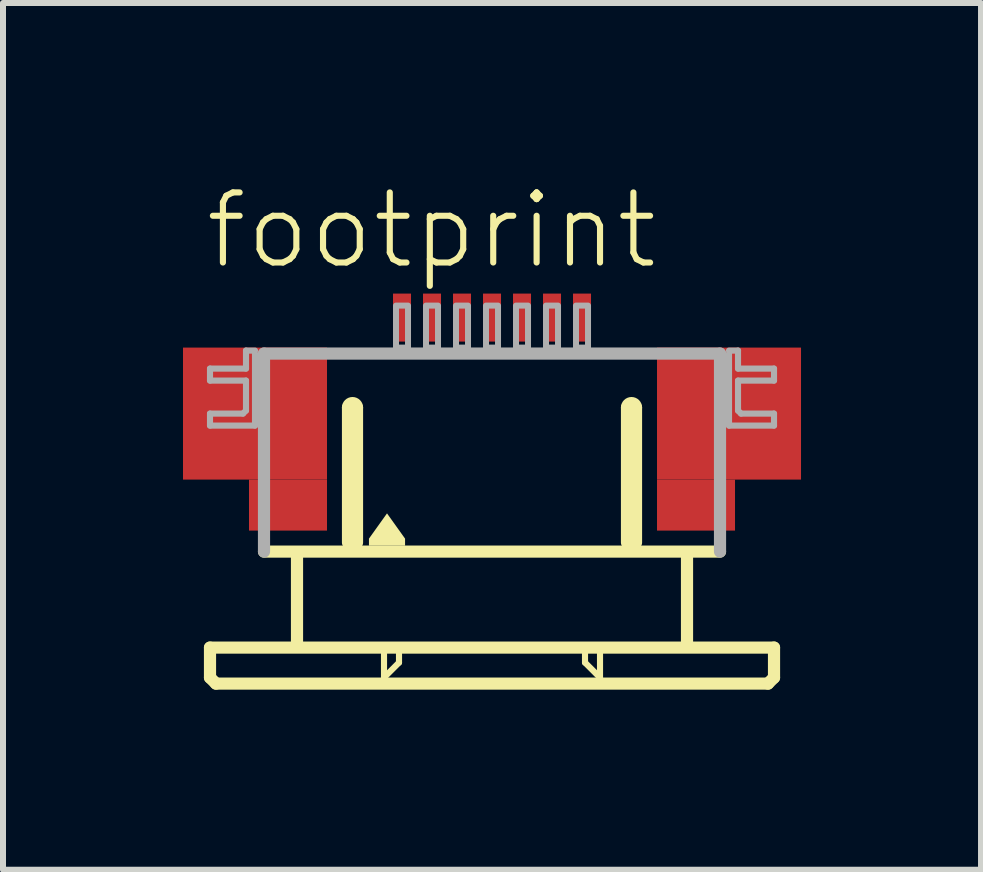
<source format=kicad_pcb>
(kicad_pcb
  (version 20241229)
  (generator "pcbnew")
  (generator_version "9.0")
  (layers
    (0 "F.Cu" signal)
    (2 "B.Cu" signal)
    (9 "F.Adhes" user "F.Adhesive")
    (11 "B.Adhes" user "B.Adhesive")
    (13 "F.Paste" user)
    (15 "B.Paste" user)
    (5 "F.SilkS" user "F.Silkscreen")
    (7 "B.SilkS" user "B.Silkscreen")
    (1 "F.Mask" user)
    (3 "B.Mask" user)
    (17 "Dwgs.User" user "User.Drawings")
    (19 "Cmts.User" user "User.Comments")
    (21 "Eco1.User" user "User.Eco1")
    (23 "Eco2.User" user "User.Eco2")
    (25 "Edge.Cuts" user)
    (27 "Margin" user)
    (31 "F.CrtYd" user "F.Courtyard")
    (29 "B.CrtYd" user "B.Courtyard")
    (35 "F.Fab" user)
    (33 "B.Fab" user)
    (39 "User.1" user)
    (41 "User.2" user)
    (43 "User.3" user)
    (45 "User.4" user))
  (footprint "footprint"
    (layer "F.Cu")
    (at 5.15 4.743)
    (property "Reference" "footprint" (at -4.83 -3.27 0) (layer "F.SilkS") (effects (font (size 1.168 1.168) (thickness 0.102)) (justify left bottom)))
    (fp_poly (pts (xy -5.15 0.2) (xy -2.75 0.2) (xy -2.75 -2) (xy -5.15 -2)) (stroke (width 0) (type solid)) (fill yes) (layer "F.Cu"))
    (fp_poly (pts (xy -4.05 1.05) (xy -2.75 1.05) (xy -2.75 0.2) (xy -4.05 0.2)) (stroke (width 0) (type solid)) (fill yes) (layer "F.Cu"))
    (fp_poly (pts (xy 2.75 0.2) (xy 5.15 0.2) (xy 5.15 -2) (xy 2.75 -2)) (stroke (width 0) (type solid)) (fill yes) (layer "F.Cu"))
    (fp_poly (pts (xy 2.75 1.05) (xy 4.05 1.05) (xy 4.05 0.2) (xy 2.75 0.2)) (stroke (width 0) (type solid)) (fill yes) (layer "F.Cu"))
    (fp_poly (pts (xy -5.15 0.2) (xy -4 0.2) (xy -4 -2) (xy -5.15 -2)) (stroke (width 0) (type solid)) (fill yes) (layer "F.Mask"))
    (fp_poly (pts (xy -4.05 1.05) (xy -2.75 1.05) (xy -2.75 -2) (xy -4.05 -2)) (stroke (width 0) (type solid)) (fill yes) (layer "F.Mask"))
    (fp_poly (pts (xy 4.05 -2) (xy 2.75 -2) (xy 2.75 1.05) (xy 4.05 1.05)) (stroke (width 0) (type solid)) (fill yes) (layer "F.Mask"))
    (fp_poly (pts (xy 5.15 -2) (xy 4 -2) (xy 4 0.2) (xy 5.15 0.2)) (stroke (width 0) (type solid)) (fill yes) (layer "F.Mask"))
    (fp_line (start -4.7 3) (end -4.7 3.5) (stroke (width 0.203) (type solid)) (layer "F.SilkS"))
    (fp_line (start -4.7 3.5) (end -4.6 3.6) (stroke (width 0.203) (type solid)) (layer "F.SilkS"))
    (fp_line (start -4.6 3.6) (end 4.6 3.6) (stroke (width 0.203) (type solid)) (layer "F.SilkS"))
    (fp_line (start -3.25 1.5) (end -3.25 2.9) (stroke (width 0.203) (type solid)) (layer "F.SilkS"))
    (fp_line (start -2.4 1.25) (end -2.4 -1) (stroke (width 0.203) (type solid)) (layer "F.SilkS"))
    (fp_line (start -2.25 -1) (end -2.25 1.25) (stroke (width 0.203) (type solid)) (layer "F.SilkS"))
    (fp_line (start -1.8 3.1) (end -1.8 3.5) (stroke (width 0.102) (type solid)) (layer "F.SilkS"))
    (fp_line (start -1.8 3.5) (end -1.55 3.25) (stroke (width 0.102) (type solid)) (layer "F.SilkS"))
    (fp_line (start -1.55 3.25) (end -1.55 3.1) (stroke (width 0.102) (type solid)) (layer "F.SilkS"))
    (fp_line (start 1.55 3.1) (end 1.55 3.25) (stroke (width 0.102) (type solid)) (layer "F.SilkS"))
    (fp_line (start 1.55 3.25) (end 1.8 3.5) (stroke (width 0.102) (type solid)) (layer "F.SilkS"))
    (fp_line (start 1.8 3.5) (end 1.8 3.1) (stroke (width 0.102) (type solid)) (layer "F.SilkS"))
    (fp_line (start 2.25 1.25) (end 2.25 -1) (stroke (width 0.203) (type solid)) (layer "F.SilkS"))
    (fp_line (start 2.4 -1) (end 2.4 1.25) (stroke (width 0.203) (type solid)) (layer "F.SilkS"))
    (fp_line (start 3.25 1.5) (end 3.25 2.9) (stroke (width 0.203) (type solid)) (layer "F.SilkS"))
    (fp_line (start 3.8 1.4) (end -3.8 1.4) (stroke (width 0.203) (type solid)) (layer "F.SilkS"))
    (fp_line (start 4.6 3.6) (end 4.7 3.5) (stroke (width 0.203) (type solid)) (layer "F.SilkS"))
    (fp_line (start 4.7 3) (end -4.7 3) (stroke (width 0.203) (type solid)) (layer "F.SilkS"))
    (fp_line (start 4.7 3.5) (end 4.7 3) (stroke (width 0.203) (type solid)) (layer "F.SilkS"))
    (fp_arc (start -2.4 -1) (mid -2.325 -1.075) (end -2.25 -1) (stroke (width 0.2032) (type solid)) (layer "F.SilkS"))
    (fp_arc (start 2.25 -1) (mid 2.325 -1.075) (end 2.4 -1) (stroke (width 0.2032) (type solid)) (layer "F.SilkS"))
    (fp_poly (pts (xy -1.449 1.184) (xy -1.449 1.301) (xy -2.051 1.301) (xy -2.051 1.184) (xy -1.75 0.763)) (stroke (width 0) (type solid)) (fill yes) (layer "F.SilkS"))
    (fp_poly (pts (xy -4.95 0.05) (xy -2.95 0.05) (xy -2.95 -1.85) (xy -4.95 -1.85)) (stroke (width 0) (type solid)) (fill yes) (layer "F.Paste"))
    (fp_poly (pts (xy 4.95 -1.85) (xy 2.95 -1.85) (xy 2.95 0.05) (xy 4.95 0.05)) (stroke (width 0) (type solid)) (fill yes) (layer "F.Paste"))
    (fp_line (start -4.7 -1.65) (end -4.7 -1.45) (stroke (width 0.102) (type solid)) (layer "F.Fab"))
    (fp_line (start -4.7 -1.45) (end -4.1 -1.45) (stroke (width 0.102) (type solid)) (layer "F.Fab"))
    (fp_line (start -4.7 -0.9) (end -4.7 -0.7) (stroke (width 0.102) (type solid)) (layer "F.Fab"))
    (fp_line (start -4.7 -0.7) (end -3.95 -0.7) (stroke (width 0.102) (type solid)) (layer "F.Fab"))
    (fp_line (start -4.15 -0.9) (end -4.7 -0.9) (stroke (width 0.102) (type solid)) (layer "F.Fab"))
    (fp_line (start -4.1 -1.95) (end -4.1 -1.65) (stroke (width 0.102) (type solid)) (layer "F.Fab"))
    (fp_line (start -4.1 -1.65) (end -4.7 -1.65) (stroke (width 0.102) (type solid)) (layer "F.Fab"))
    (fp_line (start -4.1 -1.45) (end -4.1 -0.95) (stroke (width 0.102) (type solid)) (layer "F.Fab"))
    (fp_line (start -4.1 -0.95) (end -4.15 -0.9) (stroke (width 0.102) (type solid)) (layer "F.Fab"))
    (fp_line (start -3.95 -1.95) (end -4.1 -1.95) (stroke (width 0.102) (type solid)) (layer "F.Fab"))
    (fp_line (start -3.95 -0.7) (end -3.95 -1.9) (stroke (width 0.102) (type solid)) (layer "F.Fab"))
    (fp_line (start -3.8 -1.9) (end 3.8 -1.9) (stroke (width 0.203) (type solid)) (layer "F.Fab"))
    (fp_line (start -3.8 1.4) (end -3.8 -1.9) (stroke (width 0.203) (type solid)) (layer "F.Fab"))
    (fp_line (start 3.8 -1.9) (end 3.8 1.4) (stroke (width 0.203) (type solid)) (layer "F.Fab"))
    (fp_line (start 3.95 -1.95) (end 4.1 -1.95) (stroke (width 0.102) (type solid)) (layer "F.Fab"))
    (fp_line (start 3.95 -0.7) (end 3.95 -1.9) (stroke (width 0.102) (type solid)) (layer "F.Fab"))
    (fp_line (start 4.1 -1.95) (end 4.1 -1.65) (stroke (width 0.102) (type solid)) (layer "F.Fab"))
    (fp_line (start 4.1 -1.65) (end 4.7 -1.65) (stroke (width 0.102) (type solid)) (layer "F.Fab"))
    (fp_line (start 4.1 -1.45) (end 4.1 -0.95) (stroke (width 0.102) (type solid)) (layer "F.Fab"))
    (fp_line (start 4.1 -0.95) (end 4.15 -0.9) (stroke (width 0.102) (type solid)) (layer "F.Fab"))
    (fp_line (start 4.15 -0.9) (end 4.7 -0.9) (stroke (width 0.102) (type solid)) (layer "F.Fab"))
    (fp_line (start 4.7 -1.65) (end 4.7 -1.45) (stroke (width 0.102) (type solid)) (layer "F.Fab"))
    (fp_line (start 4.7 -1.45) (end 4.1 -1.45) (stroke (width 0.102) (type solid)) (layer "F.Fab"))
    (fp_line (start 4.7 -0.9) (end 4.7 -0.7) (stroke (width 0.102) (type solid)) (layer "F.Fab"))
    (fp_line (start 4.7 -0.7) (end 3.95 -0.7) (stroke (width 0.102) (type solid)) (layer "F.Fab"))
    (fp_poly (pts (xy -1.6 -2) (xy -1.4 -2) (xy -1.4 -2.7) (xy -1.6 -2.7)) (stroke (width 0.1) (type solid)) (fill no) (layer "F.Fab"))
    (fp_poly (pts (xy -1.1 -2) (xy -0.9 -2) (xy -0.9 -2.7) (xy -1.1 -2.7)) (stroke (width 0.1) (type solid)) (fill no) (layer "F.Fab"))
    (fp_poly (pts (xy -0.6 -2) (xy -0.4 -2) (xy -0.4 -2.7) (xy -0.6 -2.7)) (stroke (width 0.1) (type solid)) (fill no) (layer "F.Fab"))
    (fp_poly (pts (xy -0.1 -2) (xy 0.1 -2) (xy 0.1 -2.7) (xy -0.1 -2.7)) (stroke (width 0.1) (type solid)) (fill no) (layer "F.Fab"))
    (fp_poly (pts (xy 0.4 -2) (xy 0.6 -2) (xy 0.6 -2.7) (xy 0.4 -2.7)) (stroke (width 0.1) (type solid)) (fill no) (layer "F.Fab"))
    (fp_poly (pts (xy 0.9 -2) (xy 1.1 -2) (xy 1.1 -2.7) (xy 0.9 -2.7)) (stroke (width 0.1) (type solid)) (fill no) (layer "F.Fab"))
    (fp_poly (pts (xy 1.4 -2) (xy 1.6 -2) (xy 1.6 -2.7) (xy 1.4 -2.7)) (stroke (width 0.1) (type solid)) (fill no) (layer "F.Fab"))
    (pad "1" smd rect (at -1.5 -2.5) (size 0.3 0.8) (layers "F.Cu" "F.Mask" "F.Paste"))
    (pad "2" smd rect (at -1 -2.5) (size 0.3 0.8) (layers "F.Cu" "F.Mask" "F.Paste"))
    (pad "3" smd rect (at -0.5 -2.5) (size 0.3 0.8) (layers "F.Cu" "F.Mask" "F.Paste"))
    (pad "4" smd rect (at 0 -2.5) (size 0.3 0.8) (layers "F.Cu" "F.Mask" "F.Paste"))
    (pad "5" smd rect (at 0.5 -2.5) (size 0.3 0.8) (layers "F.Cu" "F.Mask" "F.Paste"))
    (pad "6" smd rect (at 1 -2.5) (size 0.3 0.8) (layers "F.Cu" "F.Mask" "F.Paste"))
    (pad "7" smd rect (at 1.5 -2.5) (size 0.3 0.8) (layers "F.Cu" "F.Mask" "F.Paste")))
  (gr_rect
    (start -3 -3)
    (end 13.3 11.445)
    (stroke (width 0.1) (type default))
    (fill no)
    (layer "Edge.Cuts")))
</source>
